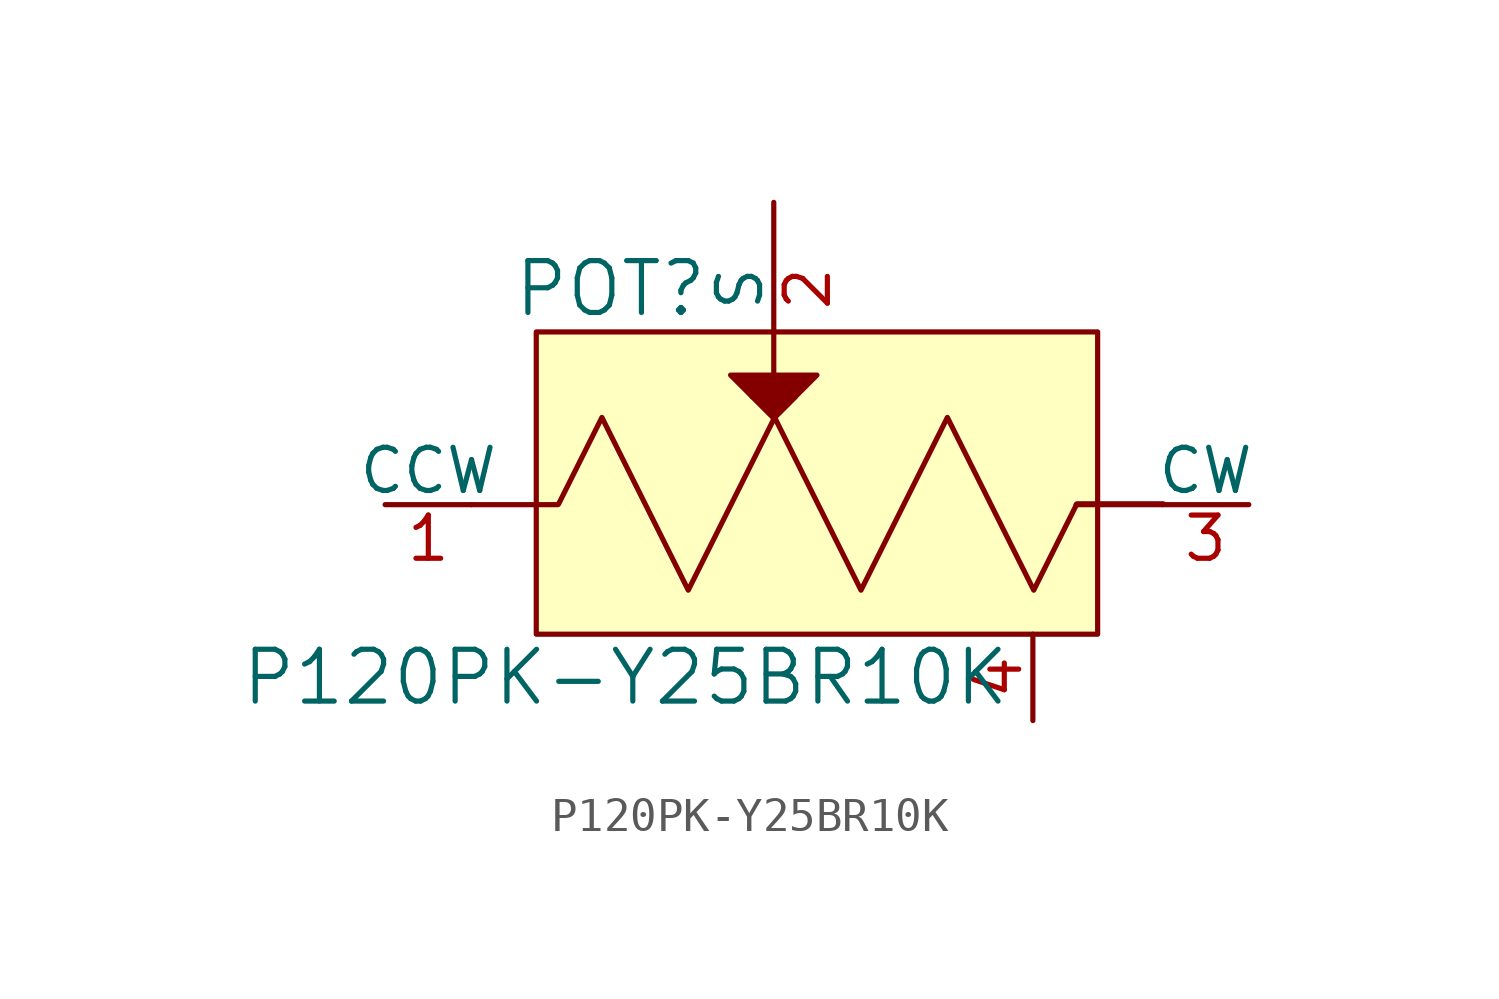
<source format=kicad_sym>
(kicad_symbol_lib
  (version 20201005)
  (generator kicad_symbol_editor)
  (symbol "P120PK-Y25BR10K"
    (pin_names
      (offset 0))
    (property "Reference" "POT"
      (at -1.905 6.35 0)
      (effects (font (size 1.524 1.524)) (justify right)))
    (property "Value" "P120PK-Y25BR10K"
      (at 6.985 -5.08 0)
      (effects (font (size 1.524 1.524)) (justify right)))
    (symbol "P120PK-Y25BR10K_0_1"
      (rectangle (start -6.985 5.08) (end 9.525 -3.81) (stroke (width 0)) (fill (type background)))
      (polyline (pts (xy -6.35 0) (xy -8.89 0)) (stroke (width 0)) (fill (type none)))
      (polyline (pts (xy 11.43 0) (xy 8.89 0)) (stroke (width 0)) (fill (type none)))
      (polyline (pts (xy -0.635 3.175) (xy -1.27 3.81) (xy 1.27 3.81) (xy 0 2.54)) (stroke (width 0)) (fill (type outline)))
      (polyline (pts (xy 0 2.54) (xy -0.635 3.175) (xy 0.635 3.175) (xy 0 2.54)) (stroke (width 0)) (fill (type none)))
      (polyline (pts (xy -6.325 0.025) (xy -5.055 2.565) (xy -2.515 -2.515) (xy -1.245 0.025) (xy 0.025 2.565) (xy 2.565 -2.515) (xy 5.105 2.565) (xy 7.645 -2.515) (xy 8.915 0.025) (xy 11.455 0.025)) (stroke (width 0)) (fill (type none))))
    (symbol "P120PK-Y25BR10K_1_0"
      (pin unspecified line (at 7.62 -6.35 90) (length 2.54) (name "~" (effects (font (size 1.27 1.27)))) (number "4" (effects (font (size 1.27 1.27))))))
    (symbol "P120PK-Y25BR10K_1_1"
      (pin passive line (at -11.43 0 0) (length 2.54) (name "CCW" (effects (font (size 1.27 1.27)))) (number "1" (effects (font (size 1.27 1.27)))))
      (pin passive line (at 0 8.89 270) (length 5.08) (name "S" (effects (font (size 1.27 1.27)))) (number "2" (effects (font (size 1.27 1.27)))))
      (pin passive line (at 13.97 0 180) (length 2.54) (name "CW" (effects (font (size 1.27 1.27)))) (number "3" (effects (font (size 1.27 1.27))))))))
</source>
